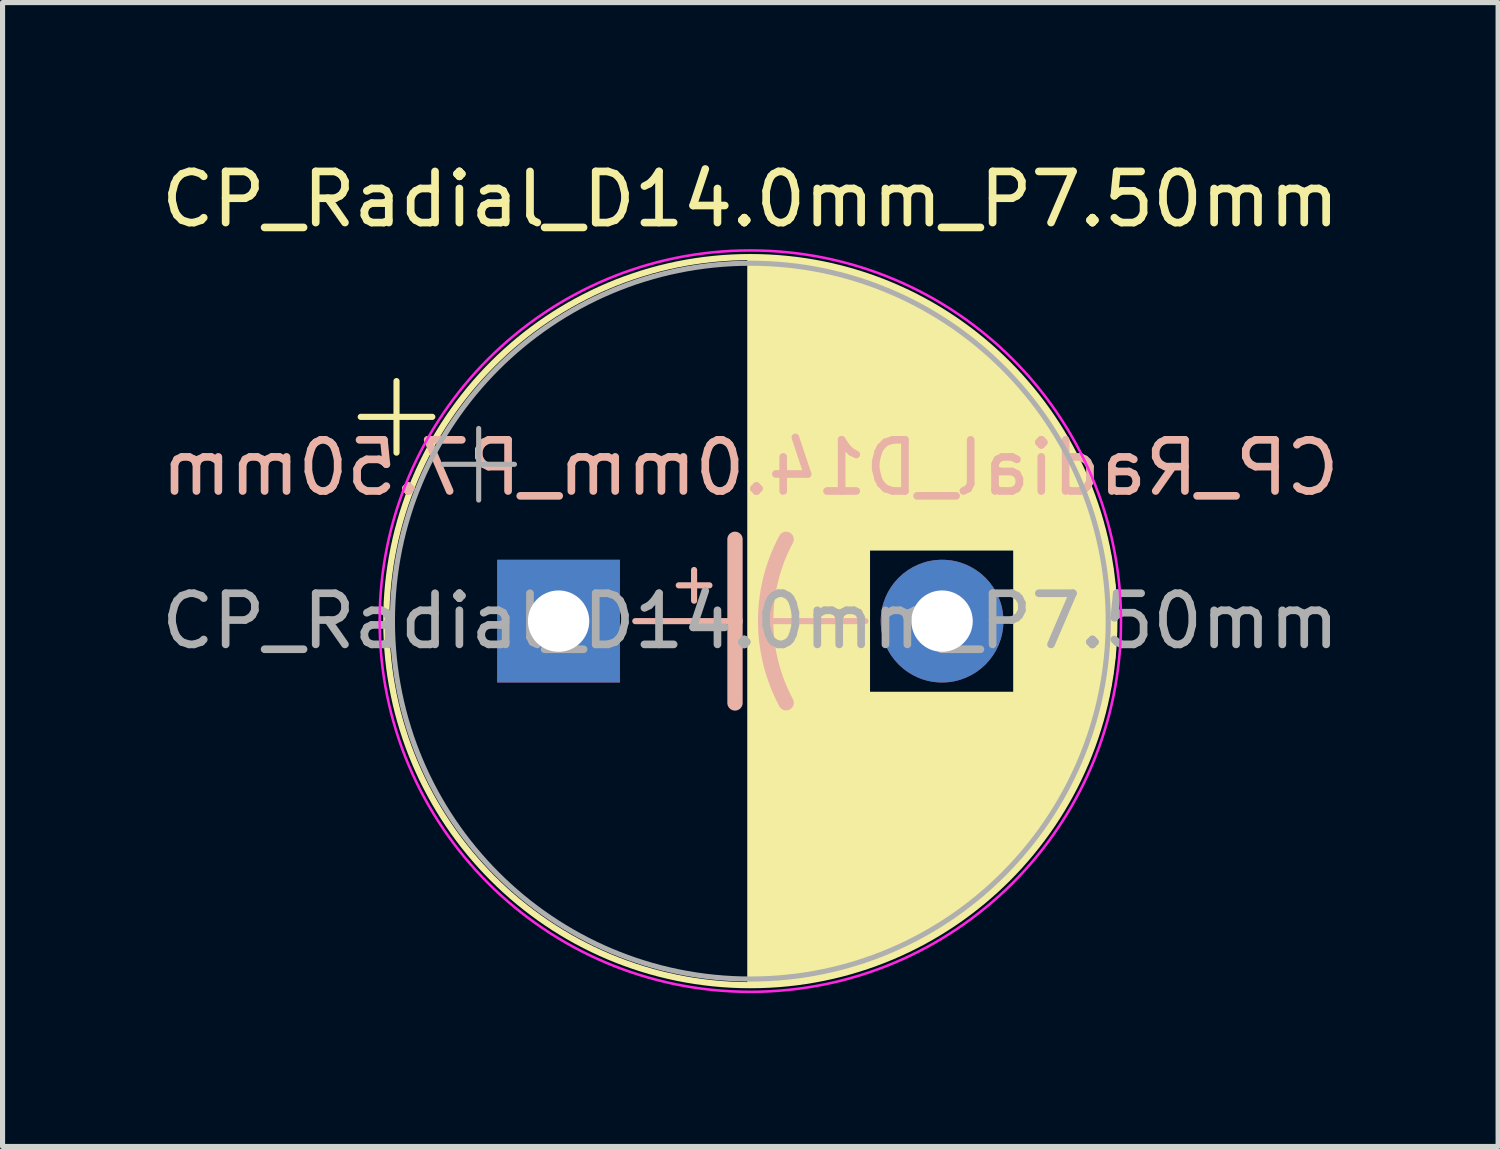
<source format=kicad_pcb>
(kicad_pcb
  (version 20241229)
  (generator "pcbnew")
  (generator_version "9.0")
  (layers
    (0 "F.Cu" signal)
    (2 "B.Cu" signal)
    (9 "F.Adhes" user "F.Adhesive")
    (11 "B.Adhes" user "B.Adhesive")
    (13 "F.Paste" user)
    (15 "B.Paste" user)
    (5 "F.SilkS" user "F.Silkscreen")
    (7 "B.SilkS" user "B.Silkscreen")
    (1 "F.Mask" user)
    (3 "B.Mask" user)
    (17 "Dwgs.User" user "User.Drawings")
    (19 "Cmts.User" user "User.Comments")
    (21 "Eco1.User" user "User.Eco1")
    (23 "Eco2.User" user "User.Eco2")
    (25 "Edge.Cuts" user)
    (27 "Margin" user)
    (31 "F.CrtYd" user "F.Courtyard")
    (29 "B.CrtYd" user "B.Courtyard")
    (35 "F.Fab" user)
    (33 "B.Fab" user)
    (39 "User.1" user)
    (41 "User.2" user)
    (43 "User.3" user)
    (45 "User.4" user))
  (footprint "CP_Radial_D14.0mm_P7.50mm"
    (layer "F.Cu")
    (at 7.875 9.098)
    (property "Reference" "CP_Radial_D14.0mm_P7.50mm" (at 3.75 -8.25 0) (layer "F.SilkS") (effects (font (size 1 1) (thickness 0.15))))
    (fp_line (start -3.87 -3.995) (end -2.47 -3.995) (stroke (width 0.12) (type solid)) (layer "F.SilkS"))
    (fp_line (start -3.17 -4.695) (end -3.17 -3.295) (stroke (width 0.12) (type solid)) (layer "F.SilkS"))
    (fp_line (start 3.75 -7.08) (end 3.75 7.08) (stroke (width 0.12) (type solid)) (layer "F.SilkS"))
    (fp_line (start 3.79 -7.08) (end 3.79 7.08) (stroke (width 0.12) (type solid)) (layer "F.SilkS"))
    (fp_line (start 3.83 -7.08) (end 3.83 7.08) (stroke (width 0.12) (type solid)) (layer "F.SilkS"))
    (fp_line (start 3.87 -7.079) (end 3.87 7.079) (stroke (width 0.12) (type solid)) (layer "F.SilkS"))
    (fp_line (start 3.91 -7.079) (end 3.91 7.079) (stroke (width 0.12) (type solid)) (layer "F.SilkS"))
    (fp_line (start 3.95 -7.078) (end 3.95 7.078) (stroke (width 0.12) (type solid)) (layer "F.SilkS"))
    (fp_line (start 3.99 -7.076) (end 3.99 7.076) (stroke (width 0.12) (type solid)) (layer "F.SilkS"))
    (fp_line (start 4.03 -7.075) (end 4.03 7.075) (stroke (width 0.12) (type solid)) (layer "F.SilkS"))
    (fp_line (start 4.07 -7.073) (end 4.07 7.073) (stroke (width 0.12) (type solid)) (layer "F.SilkS"))
    (fp_line (start 4.11 -7.071) (end 4.11 7.071) (stroke (width 0.12) (type solid)) (layer "F.SilkS"))
    (fp_line (start 4.15 -7.069) (end 4.15 7.069) (stroke (width 0.12) (type solid)) (layer "F.SilkS"))
    (fp_line (start 4.19 -7.067) (end 4.19 7.067) (stroke (width 0.12) (type solid)) (layer "F.SilkS"))
    (fp_line (start 4.23 -7.064) (end 4.23 7.064) (stroke (width 0.12) (type solid)) (layer "F.SilkS"))
    (fp_line (start 4.27 -7.061) (end 4.27 7.061) (stroke (width 0.12) (type solid)) (layer "F.SilkS"))
    (fp_line (start 4.31 -7.058) (end 4.31 7.058) (stroke (width 0.12) (type solid)) (layer "F.SilkS"))
    (fp_line (start 4.35 -7.055) (end 4.35 7.055) (stroke (width 0.12) (type solid)) (layer "F.SilkS"))
    (fp_line (start 4.39 -7.052) (end 4.39 7.052) (stroke (width 0.12) (type solid)) (layer "F.SilkS"))
    (fp_line (start 4.43 -7.048) (end 4.43 7.048) (stroke (width 0.12) (type solid)) (layer "F.SilkS"))
    (fp_line (start 4.471 -7.044) (end 4.471 7.044) (stroke (width 0.12) (type solid)) (layer "F.SilkS"))
    (fp_line (start 4.511 -7.04) (end 4.511 7.04) (stroke (width 0.12) (type solid)) (layer "F.SilkS"))
    (fp_line (start 4.551 -7.035) (end 4.551 7.035) (stroke (width 0.12) (type solid)) (layer "F.SilkS"))
    (fp_line (start 4.591 -7.031) (end 4.591 7.031) (stroke (width 0.12) (type solid)) (layer "F.SilkS"))
    (fp_line (start 4.631 -7.026) (end 4.631 7.026) (stroke (width 0.12) (type solid)) (layer "F.SilkS"))
    (fp_line (start 4.671 -7.021) (end 4.671 7.021) (stroke (width 0.12) (type solid)) (layer "F.SilkS"))
    (fp_line (start 4.711 -7.015) (end 4.711 7.015) (stroke (width 0.12) (type solid)) (layer "F.SilkS"))
    (fp_line (start 4.751 -7.01) (end 4.751 7.01) (stroke (width 0.12) (type solid)) (layer "F.SilkS"))
    (fp_line (start 4.791 -7.004) (end 4.791 7.004) (stroke (width 0.12) (type solid)) (layer "F.SilkS"))
    (fp_line (start 4.831 -6.998) (end 4.831 6.998) (stroke (width 0.12) (type solid)) (layer "F.SilkS"))
    (fp_line (start 4.871 -6.992) (end 4.871 6.992) (stroke (width 0.12) (type solid)) (layer "F.SilkS"))
    (fp_line (start 4.911 -6.985) (end 4.911 6.985) (stroke (width 0.12) (type solid)) (layer "F.SilkS"))
    (fp_line (start 4.951 -6.979) (end 4.951 6.979) (stroke (width 0.12) (type solid)) (layer "F.SilkS"))
    (fp_line (start 4.991 -6.972) (end 4.991 6.972) (stroke (width 0.12) (type solid)) (layer "F.SilkS"))
    (fp_line (start 5.031 -6.964) (end 5.031 6.964) (stroke (width 0.12) (type solid)) (layer "F.SilkS"))
    (fp_line (start 5.071 -6.957) (end 5.071 6.957) (stroke (width 0.12) (type solid)) (layer "F.SilkS"))
    (fp_line (start 5.111 -6.949) (end 5.111 6.949) (stroke (width 0.12) (type solid)) (layer "F.SilkS"))
    (fp_line (start 5.151 -6.942) (end 5.151 6.942) (stroke (width 0.12) (type solid)) (layer "F.SilkS"))
    (fp_line (start 5.191 -6.933) (end 5.191 6.933) (stroke (width 0.12) (type solid)) (layer "F.SilkS"))
    (fp_line (start 5.231 -6.925) (end 5.231 6.925) (stroke (width 0.12) (type solid)) (layer "F.SilkS"))
    (fp_line (start 5.271 -6.916) (end 5.271 6.916) (stroke (width 0.12) (type solid)) (layer "F.SilkS"))
    (fp_line (start 5.311 -6.907) (end 5.311 6.907) (stroke (width 0.12) (type solid)) (layer "F.SilkS"))
    (fp_line (start 5.351 -6.898) (end 5.351 6.898) (stroke (width 0.12) (type solid)) (layer "F.SilkS"))
    (fp_line (start 5.391 -6.889) (end 5.391 6.889) (stroke (width 0.12) (type solid)) (layer "F.SilkS"))
    (fp_line (start 5.431 -6.879) (end 5.431 6.879) (stroke (width 0.12) (type solid)) (layer "F.SilkS"))
    (fp_line (start 5.471 -6.87) (end 5.471 6.87) (stroke (width 0.12) (type solid)) (layer "F.SilkS"))
    (fp_line (start 5.511 -6.86) (end 5.511 6.86) (stroke (width 0.12) (type solid)) (layer "F.SilkS"))
    (fp_line (start 5.551 -6.849) (end 5.551 6.849) (stroke (width 0.12) (type solid)) (layer "F.SilkS"))
    (fp_line (start 5.591 -6.839) (end 5.591 6.839) (stroke (width 0.12) (type solid)) (layer "F.SilkS"))
    (fp_line (start 5.631 -6.828) (end 5.631 6.828) (stroke (width 0.12) (type solid)) (layer "F.SilkS"))
    (fp_line (start 5.671 -6.817) (end 5.671 6.817) (stroke (width 0.12) (type solid)) (layer "F.SilkS"))
    (fp_line (start 5.711 -6.805) (end 5.711 6.805) (stroke (width 0.12) (type solid)) (layer "F.SilkS"))
    (fp_line (start 5.751 -6.794) (end 5.751 6.794) (stroke (width 0.12) (type solid)) (layer "F.SilkS"))
    (fp_line (start 5.791 -6.782) (end 5.791 6.782) (stroke (width 0.12) (type solid)) (layer "F.SilkS"))
    (fp_line (start 5.831 -6.77) (end 5.831 6.77) (stroke (width 0.12) (type solid)) (layer "F.SilkS"))
    (fp_line (start 5.871 -6.758) (end 5.871 6.758) (stroke (width 0.12) (type solid)) (layer "F.SilkS"))
    (fp_line (start 5.911 -6.745) (end 5.911 6.745) (stroke (width 0.12) (type solid)) (layer "F.SilkS"))
    (fp_line (start 5.951 -6.732) (end 5.951 6.732) (stroke (width 0.12) (type solid)) (layer "F.SilkS"))
    (fp_line (start 5.991 -6.719) (end 5.991 6.719) (stroke (width 0.12) (type solid)) (layer "F.SilkS"))
    (fp_line (start 6.031 -6.706) (end 6.031 6.706) (stroke (width 0.12) (type solid)) (layer "F.SilkS"))
    (fp_line (start 6.071 -6.692) (end 6.071 -1.44) (stroke (width 0.12) (type solid)) (layer "F.SilkS"))
    (fp_line (start 6.071 1.44) (end 6.071 6.692) (stroke (width 0.12) (type solid)) (layer "F.SilkS"))
    (fp_line (start 6.111 -6.678) (end 6.111 -1.44) (stroke (width 0.12) (type solid)) (layer "F.SilkS"))
    (fp_line (start 6.111 1.44) (end 6.111 6.678) (stroke (width 0.12) (type solid)) (layer "F.SilkS"))
    (fp_line (start 6.151 -6.664) (end 6.151 -1.44) (stroke (width 0.12) (type solid)) (layer "F.SilkS"))
    (fp_line (start 6.151 1.44) (end 6.151 6.664) (stroke (width 0.12) (type solid)) (layer "F.SilkS"))
    (fp_line (start 6.191 -6.649) (end 6.191 -1.44) (stroke (width 0.12) (type solid)) (layer "F.SilkS"))
    (fp_line (start 6.191 1.44) (end 6.191 6.649) (stroke (width 0.12) (type solid)) (layer "F.SilkS"))
    (fp_line (start 6.231 -6.635) (end 6.231 -1.44) (stroke (width 0.12) (type solid)) (layer "F.SilkS"))
    (fp_line (start 6.231 1.44) (end 6.231 6.635) (stroke (width 0.12) (type solid)) (layer "F.SilkS"))
    (fp_line (start 6.271 -6.62) (end 6.271 -1.44) (stroke (width 0.12) (type solid)) (layer "F.SilkS"))
    (fp_line (start 6.271 1.44) (end 6.271 6.62) (stroke (width 0.12) (type solid)) (layer "F.SilkS"))
    (fp_line (start 6.311 -6.604) (end 6.311 -1.44) (stroke (width 0.12) (type solid)) (layer "F.SilkS"))
    (fp_line (start 6.311 1.44) (end 6.311 6.604) (stroke (width 0.12) (type solid)) (layer "F.SilkS"))
    (fp_line (start 6.351 -6.589) (end 6.351 -1.44) (stroke (width 0.12) (type solid)) (layer "F.SilkS"))
    (fp_line (start 6.351 1.44) (end 6.351 6.589) (stroke (width 0.12) (type solid)) (layer "F.SilkS"))
    (fp_line (start 6.391 -6.573) (end 6.391 -1.44) (stroke (width 0.12) (type solid)) (layer "F.SilkS"))
    (fp_line (start 6.391 1.44) (end 6.391 6.573) (stroke (width 0.12) (type solid)) (layer "F.SilkS"))
    (fp_line (start 6.431 -6.557) (end 6.431 -1.44) (stroke (width 0.12) (type solid)) (layer "F.SilkS"))
    (fp_line (start 6.431 1.44) (end 6.431 6.557) (stroke (width 0.12) (type solid)) (layer "F.SilkS"))
    (fp_line (start 6.471 -6.54) (end 6.471 -1.44) (stroke (width 0.12) (type solid)) (layer "F.SilkS"))
    (fp_line (start 6.471 1.44) (end 6.471 6.54) (stroke (width 0.12) (type solid)) (layer "F.SilkS"))
    (fp_line (start 6.511 -6.524) (end 6.511 -1.44) (stroke (width 0.12) (type solid)) (layer "F.SilkS"))
    (fp_line (start 6.511 1.44) (end 6.511 6.524) (stroke (width 0.12) (type solid)) (layer "F.SilkS"))
    (fp_line (start 6.551 -6.507) (end 6.551 -1.44) (stroke (width 0.12) (type solid)) (layer "F.SilkS"))
    (fp_line (start 6.551 1.44) (end 6.551 6.507) (stroke (width 0.12) (type solid)) (layer "F.SilkS"))
    (fp_line (start 6.591 -6.49) (end 6.591 -1.44) (stroke (width 0.12) (type solid)) (layer "F.SilkS"))
    (fp_line (start 6.591 1.44) (end 6.591 6.49) (stroke (width 0.12) (type solid)) (layer "F.SilkS"))
    (fp_line (start 6.631 -6.472) (end 6.631 -1.44) (stroke (width 0.12) (type solid)) (layer "F.SilkS"))
    (fp_line (start 6.631 1.44) (end 6.631 6.472) (stroke (width 0.12) (type solid)) (layer "F.SilkS"))
    (fp_line (start 6.671 -6.454) (end 6.671 -1.44) (stroke (width 0.12) (type solid)) (layer "F.SilkS"))
    (fp_line (start 6.671 1.44) (end 6.671 6.454) (stroke (width 0.12) (type solid)) (layer "F.SilkS"))
    (fp_line (start 6.711 -6.436) (end 6.711 -1.44) (stroke (width 0.12) (type solid)) (layer "F.SilkS"))
    (fp_line (start 6.711 1.44) (end 6.711 6.436) (stroke (width 0.12) (type solid)) (layer "F.SilkS"))
    (fp_line (start 6.751 -6.418) (end 6.751 -1.44) (stroke (width 0.12) (type solid)) (layer "F.SilkS"))
    (fp_line (start 6.751 1.44) (end 6.751 6.418) (stroke (width 0.12) (type solid)) (layer "F.SilkS"))
    (fp_line (start 6.791 -6.399) (end 6.791 -1.44) (stroke (width 0.12) (type solid)) (layer "F.SilkS"))
    (fp_line (start 6.791 1.44) (end 6.791 6.399) (stroke (width 0.12) (type solid)) (layer "F.SilkS"))
    (fp_line (start 6.831 -6.38) (end 6.831 -1.44) (stroke (width 0.12) (type solid)) (layer "F.SilkS"))
    (fp_line (start 6.831 1.44) (end 6.831 6.38) (stroke (width 0.12) (type solid)) (layer "F.SilkS"))
    (fp_line (start 6.871 -6.36) (end 6.871 -1.44) (stroke (width 0.12) (type solid)) (layer "F.SilkS"))
    (fp_line (start 6.871 1.44) (end 6.871 6.36) (stroke (width 0.12) (type solid)) (layer "F.SilkS"))
    (fp_line (start 6.911 -6.341) (end 6.911 -1.44) (stroke (width 0.12) (type solid)) (layer "F.SilkS"))
    (fp_line (start 6.911 1.44) (end 6.911 6.341) (stroke (width 0.12) (type solid)) (layer "F.SilkS"))
    (fp_line (start 6.951 -6.321) (end 6.951 -1.44) (stroke (width 0.12) (type solid)) (layer "F.SilkS"))
    (fp_line (start 6.951 1.44) (end 6.951 6.321) (stroke (width 0.12) (type solid)) (layer "F.SilkS"))
    (fp_line (start 6.991 -6.301) (end 6.991 -1.44) (stroke (width 0.12) (type solid)) (layer "F.SilkS"))
    (fp_line (start 6.991 1.44) (end 6.991 6.301) (stroke (width 0.12) (type solid)) (layer "F.SilkS"))
    (fp_line (start 7.031 -6.28) (end 7.031 -1.44) (stroke (width 0.12) (type solid)) (layer "F.SilkS"))
    (fp_line (start 7.031 1.44) (end 7.031 6.28) (stroke (width 0.12) (type solid)) (layer "F.SilkS"))
    (fp_line (start 7.071 -6.259) (end 7.071 -1.44) (stroke (width 0.12) (type solid)) (layer "F.SilkS"))
    (fp_line (start 7.071 1.44) (end 7.071 6.259) (stroke (width 0.12) (type solid)) (layer "F.SilkS"))
    (fp_line (start 7.111 -6.238) (end 7.111 -1.44) (stroke (width 0.12) (type solid)) (layer "F.SilkS"))
    (fp_line (start 7.111 1.44) (end 7.111 6.238) (stroke (width 0.12) (type solid)) (layer "F.SilkS"))
    (fp_line (start 7.151 -6.216) (end 7.151 -1.44) (stroke (width 0.12) (type solid)) (layer "F.SilkS"))
    (fp_line (start 7.151 1.44) (end 7.151 6.216) (stroke (width 0.12) (type solid)) (layer "F.SilkS"))
    (fp_line (start 7.191 -6.194) (end 7.191 -1.44) (stroke (width 0.12) (type solid)) (layer "F.SilkS"))
    (fp_line (start 7.191 1.44) (end 7.191 6.194) (stroke (width 0.12) (type solid)) (layer "F.SilkS"))
    (fp_line (start 7.231 -6.172) (end 7.231 -1.44) (stroke (width 0.12) (type solid)) (layer "F.SilkS"))
    (fp_line (start 7.231 1.44) (end 7.231 6.172) (stroke (width 0.12) (type solid)) (layer "F.SilkS"))
    (fp_line (start 7.271 -6.15) (end 7.271 -1.44) (stroke (width 0.12) (type solid)) (layer "F.SilkS"))
    (fp_line (start 7.271 1.44) (end 7.271 6.15) (stroke (width 0.12) (type solid)) (layer "F.SilkS"))
    (fp_line (start 7.311 -6.127) (end 7.311 -1.44) (stroke (width 0.12) (type solid)) (layer "F.SilkS"))
    (fp_line (start 7.311 1.44) (end 7.311 6.127) (stroke (width 0.12) (type solid)) (layer "F.SilkS"))
    (fp_line (start 7.351 -6.103) (end 7.351 -1.44) (stroke (width 0.12) (type solid)) (layer "F.SilkS"))
    (fp_line (start 7.351 1.44) (end 7.351 6.103) (stroke (width 0.12) (type solid)) (layer "F.SilkS"))
    (fp_line (start 7.391 -6.08) (end 7.391 -1.44) (stroke (width 0.12) (type solid)) (layer "F.SilkS"))
    (fp_line (start 7.391 1.44) (end 7.391 6.08) (stroke (width 0.12) (type solid)) (layer "F.SilkS"))
    (fp_line (start 7.431 -6.056) (end 7.431 -1.44) (stroke (width 0.12) (type solid)) (layer "F.SilkS"))
    (fp_line (start 7.431 1.44) (end 7.431 6.056) (stroke (width 0.12) (type solid)) (layer "F.SilkS"))
    (fp_line (start 7.471 -6.031) (end 7.471 -1.44) (stroke (width 0.12) (type solid)) (layer "F.SilkS"))
    (fp_line (start 7.471 1.44) (end 7.471 6.031) (stroke (width 0.12) (type solid)) (layer "F.SilkS"))
    (fp_line (start 7.511 -6.007) (end 7.511 -1.44) (stroke (width 0.12) (type solid)) (layer "F.SilkS"))
    (fp_line (start 7.511 1.44) (end 7.511 6.007) (stroke (width 0.12) (type solid)) (layer "F.SilkS"))
    (fp_line (start 7.551 -5.982) (end 7.551 -1.44) (stroke (width 0.12) (type solid)) (layer "F.SilkS"))
    (fp_line (start 7.551 1.44) (end 7.551 5.982) (stroke (width 0.12) (type solid)) (layer "F.SilkS"))
    (fp_line (start 7.591 -5.956) (end 7.591 -1.44) (stroke (width 0.12) (type solid)) (layer "F.SilkS"))
    (fp_line (start 7.591 1.44) (end 7.591 5.956) (stroke (width 0.12) (type solid)) (layer "F.SilkS"))
    (fp_line (start 7.631 -5.93) (end 7.631 -1.44) (stroke (width 0.12) (type solid)) (layer "F.SilkS"))
    (fp_line (start 7.631 1.44) (end 7.631 5.93) (stroke (width 0.12) (type solid)) (layer "F.SilkS"))
    (fp_line (start 7.671 -5.904) (end 7.671 -1.44) (stroke (width 0.12) (type solid)) (layer "F.SilkS"))
    (fp_line (start 7.671 1.44) (end 7.671 5.904) (stroke (width 0.12) (type solid)) (layer "F.SilkS"))
    (fp_line (start 7.711 -5.878) (end 7.711 -1.44) (stroke (width 0.12) (type solid)) (layer "F.SilkS"))
    (fp_line (start 7.711 1.44) (end 7.711 5.878) (stroke (width 0.12) (type solid)) (layer "F.SilkS"))
    (fp_line (start 7.751 -5.851) (end 7.751 -1.44) (stroke (width 0.12) (type solid)) (layer "F.SilkS"))
    (fp_line (start 7.751 1.44) (end 7.751 5.851) (stroke (width 0.12) (type solid)) (layer "F.SilkS"))
    (fp_line (start 7.791 -5.823) (end 7.791 -1.44) (stroke (width 0.12) (type solid)) (layer "F.SilkS"))
    (fp_line (start 7.791 1.44) (end 7.791 5.823) (stroke (width 0.12) (type solid)) (layer "F.SilkS"))
    (fp_line (start 7.831 -5.796) (end 7.831 -1.44) (stroke (width 0.12) (type solid)) (layer "F.SilkS"))
    (fp_line (start 7.831 1.44) (end 7.831 5.796) (stroke (width 0.12) (type solid)) (layer "F.SilkS"))
    (fp_line (start 7.871 -5.767) (end 7.871 -1.44) (stroke (width 0.12) (type solid)) (layer "F.SilkS"))
    (fp_line (start 7.871 1.44) (end 7.871 5.767) (stroke (width 0.12) (type solid)) (layer "F.SilkS"))
    (fp_line (start 7.911 -5.739) (end 7.911 -1.44) (stroke (width 0.12) (type solid)) (layer "F.SilkS"))
    (fp_line (start 7.911 1.44) (end 7.911 5.739) (stroke (width 0.12) (type solid)) (layer "F.SilkS"))
    (fp_line (start 7.951 -5.71) (end 7.951 -1.44) (stroke (width 0.12) (type solid)) (layer "F.SilkS"))
    (fp_line (start 7.951 1.44) (end 7.951 5.71) (stroke (width 0.12) (type solid)) (layer "F.SilkS"))
    (fp_line (start 7.991 -5.68) (end 7.991 -1.44) (stroke (width 0.12) (type solid)) (layer "F.SilkS"))
    (fp_line (start 7.991 1.44) (end 7.991 5.68) (stroke (width 0.12) (type solid)) (layer "F.SilkS"))
    (fp_line (start 8.031 -5.65) (end 8.031 -1.44) (stroke (width 0.12) (type solid)) (layer "F.SilkS"))
    (fp_line (start 8.031 1.44) (end 8.031 5.65) (stroke (width 0.12) (type solid)) (layer "F.SilkS"))
    (fp_line (start 8.071 -5.62) (end 8.071 -1.44) (stroke (width 0.12) (type solid)) (layer "F.SilkS"))
    (fp_line (start 8.071 1.44) (end 8.071 5.62) (stroke (width 0.12) (type solid)) (layer "F.SilkS"))
    (fp_line (start 8.111 -5.589) (end 8.111 -1.44) (stroke (width 0.12) (type solid)) (layer "F.SilkS"))
    (fp_line (start 8.111 1.44) (end 8.111 5.589) (stroke (width 0.12) (type solid)) (layer "F.SilkS"))
    (fp_line (start 8.151 -5.558) (end 8.151 -1.44) (stroke (width 0.12) (type solid)) (layer "F.SilkS"))
    (fp_line (start 8.151 1.44) (end 8.151 5.558) (stroke (width 0.12) (type solid)) (layer "F.SilkS"))
    (fp_line (start 8.191 -5.527) (end 8.191 -1.44) (stroke (width 0.12) (type solid)) (layer "F.SilkS"))
    (fp_line (start 8.191 1.44) (end 8.191 5.527) (stroke (width 0.12) (type solid)) (layer "F.SilkS"))
    (fp_line (start 8.231 -5.494) (end 8.231 -1.44) (stroke (width 0.12) (type solid)) (layer "F.SilkS"))
    (fp_line (start 8.231 1.44) (end 8.231 5.494) (stroke (width 0.12) (type solid)) (layer "F.SilkS"))
    (fp_line (start 8.271 -5.462) (end 8.271 -1.44) (stroke (width 0.12) (type solid)) (layer "F.SilkS"))
    (fp_line (start 8.271 1.44) (end 8.271 5.462) (stroke (width 0.12) (type solid)) (layer "F.SilkS"))
    (fp_line (start 8.311 -5.429) (end 8.311 -1.44) (stroke (width 0.12) (type solid)) (layer "F.SilkS"))
    (fp_line (start 8.311 1.44) (end 8.311 5.429) (stroke (width 0.12) (type solid)) (layer "F.SilkS"))
    (fp_line (start 8.351 -5.395) (end 8.351 -1.44) (stroke (width 0.12) (type solid)) (layer "F.SilkS"))
    (fp_line (start 8.351 1.44) (end 8.351 5.395) (stroke (width 0.12) (type solid)) (layer "F.SilkS"))
    (fp_line (start 8.391 -5.361) (end 8.391 -1.44) (stroke (width 0.12) (type solid)) (layer "F.SilkS"))
    (fp_line (start 8.391 1.44) (end 8.391 5.361) (stroke (width 0.12) (type solid)) (layer "F.SilkS"))
    (fp_line (start 8.431 -5.326) (end 8.431 -1.44) (stroke (width 0.12) (type solid)) (layer "F.SilkS"))
    (fp_line (start 8.431 1.44) (end 8.431 5.326) (stroke (width 0.12) (type solid)) (layer "F.SilkS"))
    (fp_line (start 8.471 -5.291) (end 8.471 -1.44) (stroke (width 0.12) (type solid)) (layer "F.SilkS"))
    (fp_line (start 8.471 1.44) (end 8.471 5.291) (stroke (width 0.12) (type solid)) (layer "F.SilkS"))
    (fp_line (start 8.511 -5.255) (end 8.511 -1.44) (stroke (width 0.12) (type solid)) (layer "F.SilkS"))
    (fp_line (start 8.511 1.44) (end 8.511 5.255) (stroke (width 0.12) (type solid)) (layer "F.SilkS"))
    (fp_line (start 8.551 -5.219) (end 8.551 -1.44) (stroke (width 0.12) (type solid)) (layer "F.SilkS"))
    (fp_line (start 8.551 1.44) (end 8.551 5.219) (stroke (width 0.12) (type solid)) (layer "F.SilkS"))
    (fp_line (start 8.591 -5.182) (end 8.591 -1.44) (stroke (width 0.12) (type solid)) (layer "F.SilkS"))
    (fp_line (start 8.591 1.44) (end 8.591 5.182) (stroke (width 0.12) (type solid)) (layer "F.SilkS"))
    (fp_line (start 8.631 -5.145) (end 8.631 -1.44) (stroke (width 0.12) (type solid)) (layer "F.SilkS"))
    (fp_line (start 8.631 1.44) (end 8.631 5.145) (stroke (width 0.12) (type solid)) (layer "F.SilkS"))
    (fp_line (start 8.671 -5.107) (end 8.671 -1.44) (stroke (width 0.12) (type solid)) (layer "F.SilkS"))
    (fp_line (start 8.671 1.44) (end 8.671 5.107) (stroke (width 0.12) (type solid)) (layer "F.SilkS"))
    (fp_line (start 8.711 -5.069) (end 8.711 -1.44) (stroke (width 0.12) (type solid)) (layer "F.SilkS"))
    (fp_line (start 8.711 1.44) (end 8.711 5.069) (stroke (width 0.12) (type solid)) (layer "F.SilkS"))
    (fp_line (start 8.751 -5.029) (end 8.751 -1.44) (stroke (width 0.12) (type solid)) (layer "F.SilkS"))
    (fp_line (start 8.751 1.44) (end 8.751 5.029) (stroke (width 0.12) (type solid)) (layer "F.SilkS"))
    (fp_line (start 8.791 -4.99) (end 8.791 -1.44) (stroke (width 0.12) (type solid)) (layer "F.SilkS"))
    (fp_line (start 8.791 1.44) (end 8.791 4.99) (stroke (width 0.12) (type solid)) (layer "F.SilkS"))
    (fp_line (start 8.831 -4.949) (end 8.831 -1.44) (stroke (width 0.12) (type solid)) (layer "F.SilkS"))
    (fp_line (start 8.831 1.44) (end 8.831 4.949) (stroke (width 0.12) (type solid)) (layer "F.SilkS"))
    (fp_line (start 8.871 -4.908) (end 8.871 -1.44) (stroke (width 0.12) (type solid)) (layer "F.SilkS"))
    (fp_line (start 8.871 1.44) (end 8.871 4.908) (stroke (width 0.12) (type solid)) (layer "F.SilkS"))
    (fp_line (start 8.911 -4.866) (end 8.911 -1.44) (stroke (width 0.12) (type solid)) (layer "F.SilkS"))
    (fp_line (start 8.911 1.44) (end 8.911 4.866) (stroke (width 0.12) (type solid)) (layer "F.SilkS"))
    (fp_line (start 8.951 -4.824) (end 8.951 4.824) (stroke (width 0.12) (type solid)) (layer "F.SilkS"))
    (fp_line (start 8.991 -4.781) (end 8.991 4.781) (stroke (width 0.12) (type solid)) (layer "F.SilkS"))
    (fp_line (start 9.031 -4.737) (end 9.031 4.737) (stroke (width 0.12) (type solid)) (layer "F.SilkS"))
    (fp_line (start 9.071 -4.693) (end 9.071 4.693) (stroke (width 0.12) (type solid)) (layer "F.SilkS"))
    (fp_line (start 9.111 -4.647) (end 9.111 4.647) (stroke (width 0.12) (type solid)) (layer "F.SilkS"))
    (fp_line (start 9.151 -4.601) (end 9.151 4.601) (stroke (width 0.12) (type solid)) (layer "F.SilkS"))
    (fp_line (start 9.191 -4.554) (end 9.191 4.554) (stroke (width 0.12) (type solid)) (layer "F.SilkS"))
    (fp_line (start 9.231 -4.506) (end 9.231 4.506) (stroke (width 0.12) (type solid)) (layer "F.SilkS"))
    (fp_line (start 9.271 -4.458) (end 9.271 4.458) (stroke (width 0.12) (type solid)) (layer "F.SilkS"))
    (fp_line (start 9.311 -4.408) (end 9.311 4.408) (stroke (width 0.12) (type solid)) (layer "F.SilkS"))
    (fp_line (start 9.351 -4.358) (end 9.351 4.358) (stroke (width 0.12) (type solid)) (layer "F.SilkS"))
    (fp_line (start 9.391 -4.306) (end 9.391 4.306) (stroke (width 0.12) (type solid)) (layer "F.SilkS"))
    (fp_line (start 9.431 -4.254) (end 9.431 4.254) (stroke (width 0.12) (type solid)) (layer "F.SilkS"))
    (fp_line (start 9.471 -4.2) (end 9.471 4.2) (stroke (width 0.12) (type solid)) (layer "F.SilkS"))
    (fp_line (start 9.511 -4.146) (end 9.511 4.146) (stroke (width 0.12) (type solid)) (layer "F.SilkS"))
    (fp_line (start 9.551 -4.09) (end 9.551 4.09) (stroke (width 0.12) (type solid)) (layer "F.SilkS"))
    (fp_line (start 9.591 -4.033) (end 9.591 4.033) (stroke (width 0.12) (type solid)) (layer "F.SilkS"))
    (fp_line (start 9.631 -3.975) (end 9.631 3.975) (stroke (width 0.12) (type solid)) (layer "F.SilkS"))
    (fp_line (start 9.671 -3.916) (end 9.671 3.916) (stroke (width 0.12) (type solid)) (layer "F.SilkS"))
    (fp_line (start 9.711 -3.856) (end 9.711 3.856) (stroke (width 0.12) (type solid)) (layer "F.SilkS"))
    (fp_line (start 9.751 -3.794) (end 9.751 3.794) (stroke (width 0.12) (type solid)) (layer "F.SilkS"))
    (fp_line (start 9.791 -3.73) (end 9.791 3.73) (stroke (width 0.12) (type solid)) (layer "F.SilkS"))
    (fp_line (start 9.831 -3.666) (end 9.831 3.666) (stroke (width 0.12) (type solid)) (layer "F.SilkS"))
    (fp_line (start 9.871 -3.599) (end 9.871 3.599) (stroke (width 0.12) (type solid)) (layer "F.SilkS"))
    (fp_line (start 9.911 -3.531) (end 9.911 3.531) (stroke (width 0.12) (type solid)) (layer "F.SilkS"))
    (fp_line (start 9.951 -3.461) (end 9.951 3.461) (stroke (width 0.12) (type solid)) (layer "F.SilkS"))
    (fp_line (start 9.991 -3.389) (end 9.991 3.389) (stroke (width 0.12) (type solid)) (layer "F.SilkS"))
    (fp_line (start 10.031 -3.315) (end 10.031 3.315) (stroke (width 0.12) (type solid)) (layer "F.SilkS"))
    (fp_line (start 10.071 -3.24) (end 10.071 3.24) (stroke (width 0.12) (type solid)) (layer "F.SilkS"))
    (fp_line (start 10.111 -3.161) (end 10.111 3.161) (stroke (width 0.12) (type solid)) (layer "F.SilkS"))
    (fp_line (start 10.151 -3.08) (end 10.151 3.08) (stroke (width 0.12) (type solid)) (layer "F.SilkS"))
    (fp_line (start 10.191 -2.997) (end 10.191 2.997) (stroke (width 0.12) (type solid)) (layer "F.SilkS"))
    (fp_line (start 10.231 -2.911) (end 10.231 2.911) (stroke (width 0.12) (type solid)) (layer "F.SilkS"))
    (fp_line (start 10.271 -2.821) (end 10.271 2.821) (stroke (width 0.12) (type solid)) (layer "F.SilkS"))
    (fp_line (start 10.311 -2.728) (end 10.311 2.728) (stroke (width 0.12) (type solid)) (layer "F.SilkS"))
    (fp_line (start 10.351 -2.632) (end 10.351 2.632) (stroke (width 0.12) (type solid)) (layer "F.SilkS"))
    (fp_line (start 10.391 -2.53) (end 10.391 2.53) (stroke (width 0.12) (type solid)) (layer "F.SilkS"))
    (fp_line (start 10.431 -2.425) (end 10.431 2.425) (stroke (width 0.12) (type solid)) (layer "F.SilkS"))
    (fp_line (start 10.471 -2.313) (end 10.471 2.313) (stroke (width 0.12) (type solid)) (layer "F.SilkS"))
    (fp_line (start 10.511 -2.196) (end 10.511 2.196) (stroke (width 0.12) (type solid)) (layer "F.SilkS"))
    (fp_line (start 10.551 -2.071) (end 10.551 2.071) (stroke (width 0.12) (type solid)) (layer "F.SilkS"))
    (fp_line (start 10.591 -1.938) (end 10.591 1.938) (stroke (width 0.12) (type solid)) (layer "F.SilkS"))
    (fp_line (start 10.631 -1.794) (end 10.631 1.794) (stroke (width 0.12) (type solid)) (layer "F.SilkS"))
    (fp_line (start 10.671 -1.636) (end 10.671 1.636) (stroke (width 0.12) (type solid)) (layer "F.SilkS"))
    (fp_line (start 10.711 -1.461) (end 10.711 1.461) (stroke (width 0.12) (type solid)) (layer "F.SilkS"))
    (fp_line (start 10.751 -1.262) (end 10.751 1.262) (stroke (width 0.12) (type solid)) (layer "F.SilkS"))
    (fp_line (start 10.791 -1.025) (end 10.791 1.025) (stroke (width 0.12) (type solid)) (layer "F.SilkS"))
    (fp_line (start 10.831 -0.714) (end 10.831 0.714) (stroke (width 0.12) (type solid)) (layer "F.SilkS"))
    (fp_circle (center 3.75 0) (end 10.87 0) (stroke (width 0.12) (type solid)) (fill no) (layer "F.SilkS"))
    (fp_line (start 1.5 0) (end 3.45 0) (stroke (width 0.12) (type solid)) (layer "B.SilkS"))
    (fp_line (start 2.35 -0.7) (end 2.95 -0.7) (stroke (width 0.12) (type solid)) (layer "B.SilkS"))
    (fp_line (start 2.65 -0.4) (end 2.65 -1) (stroke (width 0.12) (type solid)) (layer "B.SilkS"))
    (fp_line (start 3.45 0) (end 3.45 -1.6) (stroke (width 0.3) (type solid)) (layer "B.SilkS"))
    (fp_line (start 3.45 0) (end 3.45 1.6) (stroke (width 0.3) (type solid)) (layer "B.SilkS"))
    (fp_line (start 6 0) (end 4.05 0) (stroke (width 0.12) (type solid)) (layer "B.SilkS"))
    (fp_arc (start 4.05 0) (mid 4.150512 -0.824872) (end 4.45 -1.6) (stroke (width 0.3) (type solid)) (layer "B.SilkS"))
    (fp_arc (start 4.45 1.596157) (mid 4.151652 0.822725) (end 4.05 0) (stroke (width 0.3) (type solid)) (layer "B.SilkS"))
    (fp_circle (center 3.75 0) (end 11 0) (stroke (width 0.05) (type solid)) (fill no) (layer "F.CrtYd"))
    (fp_line (start -2.263 -3.067) (end -0.863 -3.067) (stroke (width 0.1) (type solid)) (layer "F.Fab"))
    (fp_line (start -1.563 -3.768) (end -1.563 -2.368) (stroke (width 0.1) (type solid)) (layer "F.Fab"))
    (fp_circle (center 3.75 0) (end 10.75 0) (stroke (width 0.1) (type solid)) (fill no) (layer "F.Fab"))
    (fp_text user "${REFERENCE}" (at 3.75 -3 0) (layer "B.SilkS") (effects (font (size 1 1) (thickness 0.15)) (justify mirror)))
    (fp_text user "${REFERENCE}" (at 3.75 0 0) (layer "F.Fab") (effects (font (size 1 1) (thickness 0.15))))
    (pad "1" thru_hole rect (at 0 0) (size 2.4 2.4) (drill 1.2) (layers "*.Cu" "*.Mask"))
    (pad "2" thru_hole circle (at 7.5 0) (size 2.4 2.4) (drill 1.2) (layers "*.Cu" "*.Mask")))
  (gr_rect
    (start -3 -3)
    (end 26.25 19.373)
    (stroke (width 0.1) (type default))
    (fill no)
    (layer "Edge.Cuts")))
</source>
